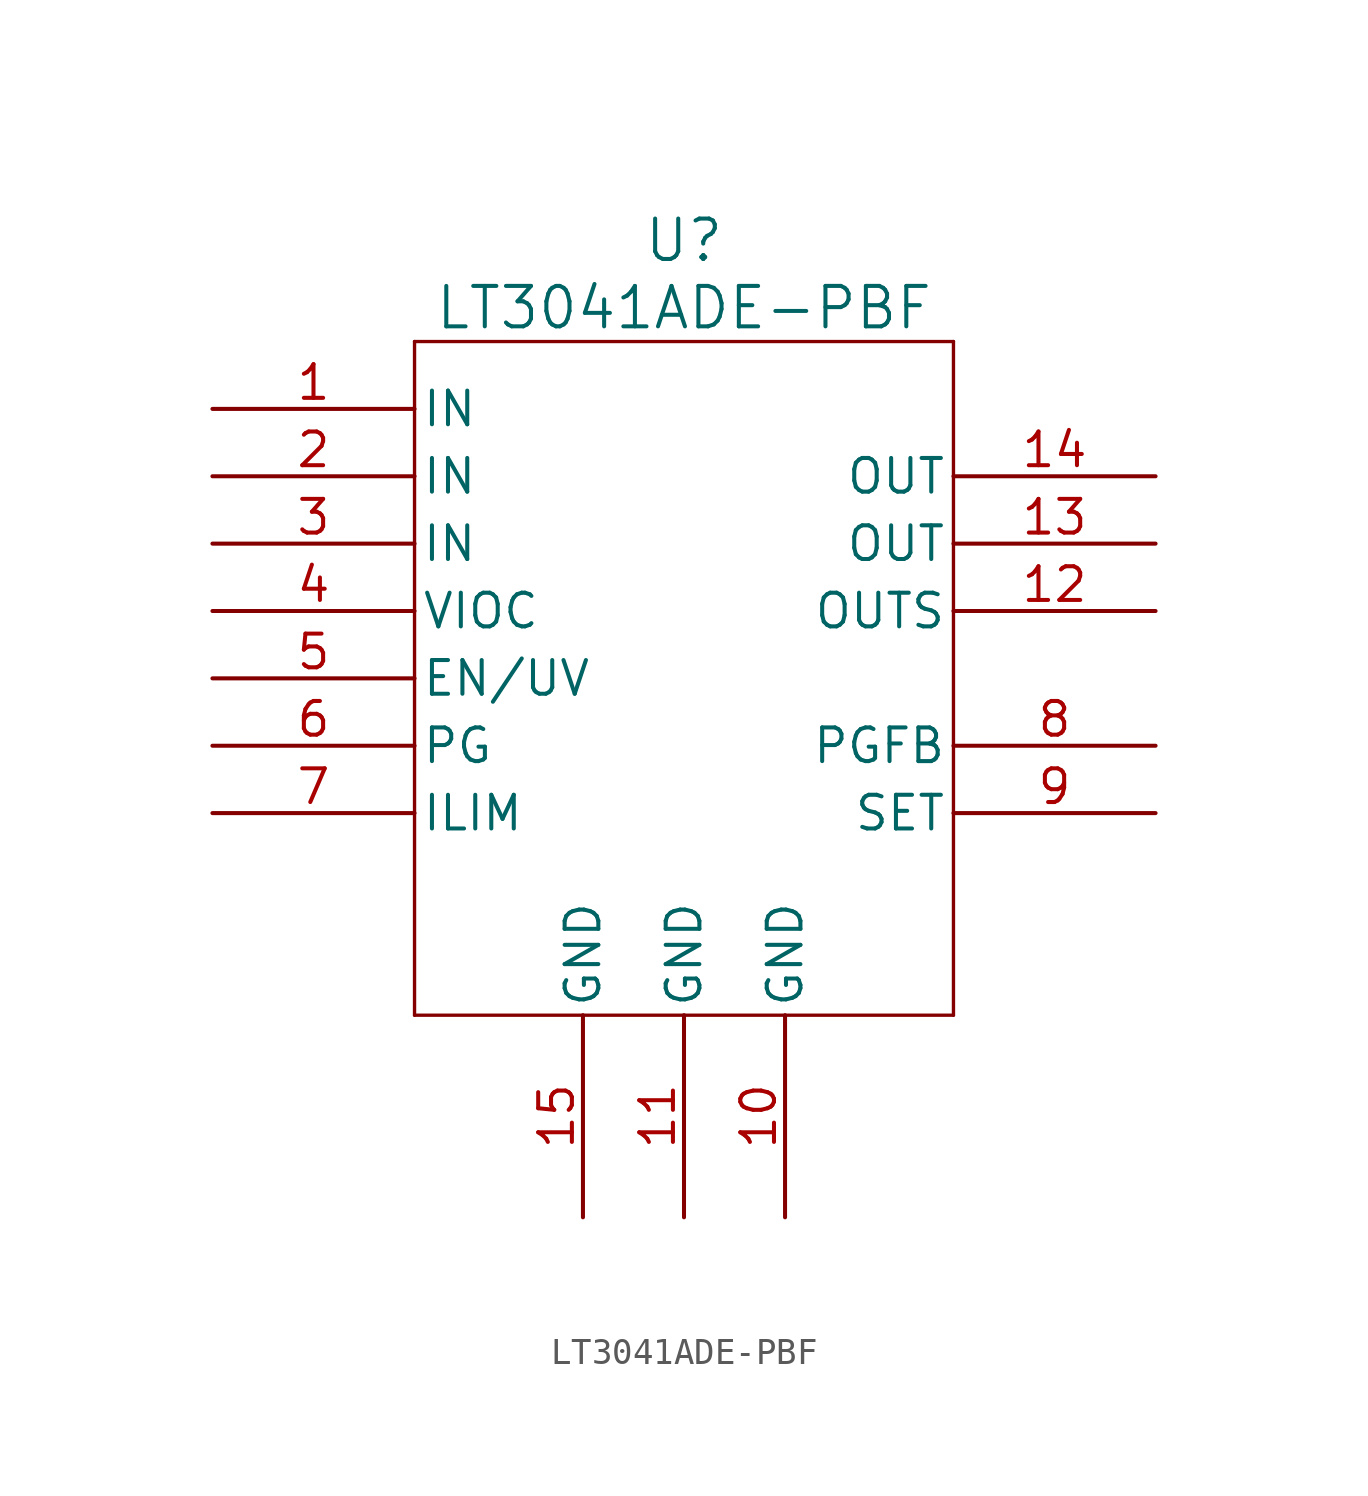
<source format=kicad_sym>
(kicad_symbol_lib
  (version 20231120)
  (generator "kicad_symbol_editor")
  (generator_version "8.0")
  (symbol "LT3041ADE-PBF"
    (pin_names
      (offset 0.254))
    (property "Reference" "U"
      (at 0 16.51 0)
      (effects (font (size 1.524 1.524))))
    (property "Value" "LT3041ADE-PBF"
      (at 0 13.97 0)
      (effects (font (size 1.524 1.524))))
    (property "ki_locked" ""
      (at 0 0 0)
      (effects (font (size 1.27 1.27))))
    (symbol "LT3041ADE-PBF_0_1"
      (polyline (pts (xy -10.16 -12.7) (xy 10.16 -12.7)) (stroke (width 0.127) (type default)) (fill (type none)))
      (polyline (pts (xy -10.16 12.7) (xy -10.16 -12.7)) (stroke (width 0.127) (type default)) (fill (type none)))
      (polyline (pts (xy 10.16 -12.7) (xy 10.16 12.7)) (stroke (width 0.127) (type default)) (fill (type none)))
      (polyline (pts (xy 10.16 12.7) (xy -10.16 12.7)) (stroke (width 0.127) (type default)) (fill (type none)))
      (pin input line (at -17.78 10.16 0) (length 7.62) (name "IN" (effects (font (size 1.27 1.27)))) (number "1" (effects (font (size 1.27 1.27)))))
      (pin power_out line (at 3.81 -20.32 90) (length 7.62) (name "GND" (effects (font (size 1.27 1.27)))) (number "10" (effects (font (size 1.27 1.27)))))
      (pin power_out line (at 0 -20.32 90) (length 7.62) (name "GND" (effects (font (size 1.27 1.27)))) (number "11" (effects (font (size 1.27 1.27)))))
      (pin output line (at 17.78 2.54 180) (length 7.62) (name "OUTS" (effects (font (size 1.27 1.27)))) (number "12" (effects (font (size 1.27 1.27)))))
      (pin output line (at 17.78 5.08 180) (length 7.62) (name "OUT" (effects (font (size 1.27 1.27)))) (number "13" (effects (font (size 1.27 1.27)))))
      (pin output line (at 17.78 7.62 180) (length 7.62) (name "OUT" (effects (font (size 1.27 1.27)))) (number "14" (effects (font (size 1.27 1.27)))))
      (pin power_out line (at -3.81 -20.32 90) (length 7.62) (name "GND" (effects (font (size 1.27 1.27)))) (number "15" (effects (font (size 1.27 1.27)))))
      (pin input line (at -17.78 7.62 0) (length 7.62) (name "IN" (effects (font (size 1.27 1.27)))) (number "2" (effects (font (size 1.27 1.27)))))
      (pin input line (at -17.78 5.08 0) (length 7.62) (name "IN" (effects (font (size 1.27 1.27)))) (number "3" (effects (font (size 1.27 1.27)))))
      (pin power_in line (at -17.78 2.54 0) (length 7.62) (name "VIOC" (effects (font (size 1.27 1.27)))) (number "4" (effects (font (size 1.27 1.27)))))
      (pin input line (at -17.78 0 0) (length 7.62) (name "EN/UV" (effects (font (size 1.27 1.27)))) (number "5" (effects (font (size 1.27 1.27)))))
      (pin passive line (at -17.78 -2.54 0) (length 7.62) (name "PG" (effects (font (size 1.27 1.27)))) (number "6" (effects (font (size 1.27 1.27)))))
      (pin passive line (at -17.78 -5.08 0) (length 7.62) (name "ILIM" (effects (font (size 1.27 1.27)))) (number "7" (effects (font (size 1.27 1.27)))))
      (pin unspecified line (at 17.78 -2.54 180) (length 7.62) (name "PGFB" (effects (font (size 1.27 1.27)))) (number "8" (effects (font (size 1.27 1.27)))))
      (pin input line (at 17.78 -5.08 180) (length 7.62) (name "SET" (effects (font (size 1.27 1.27)))) (number "9" (effects (font (size 1.27 1.27))))))))
</source>
